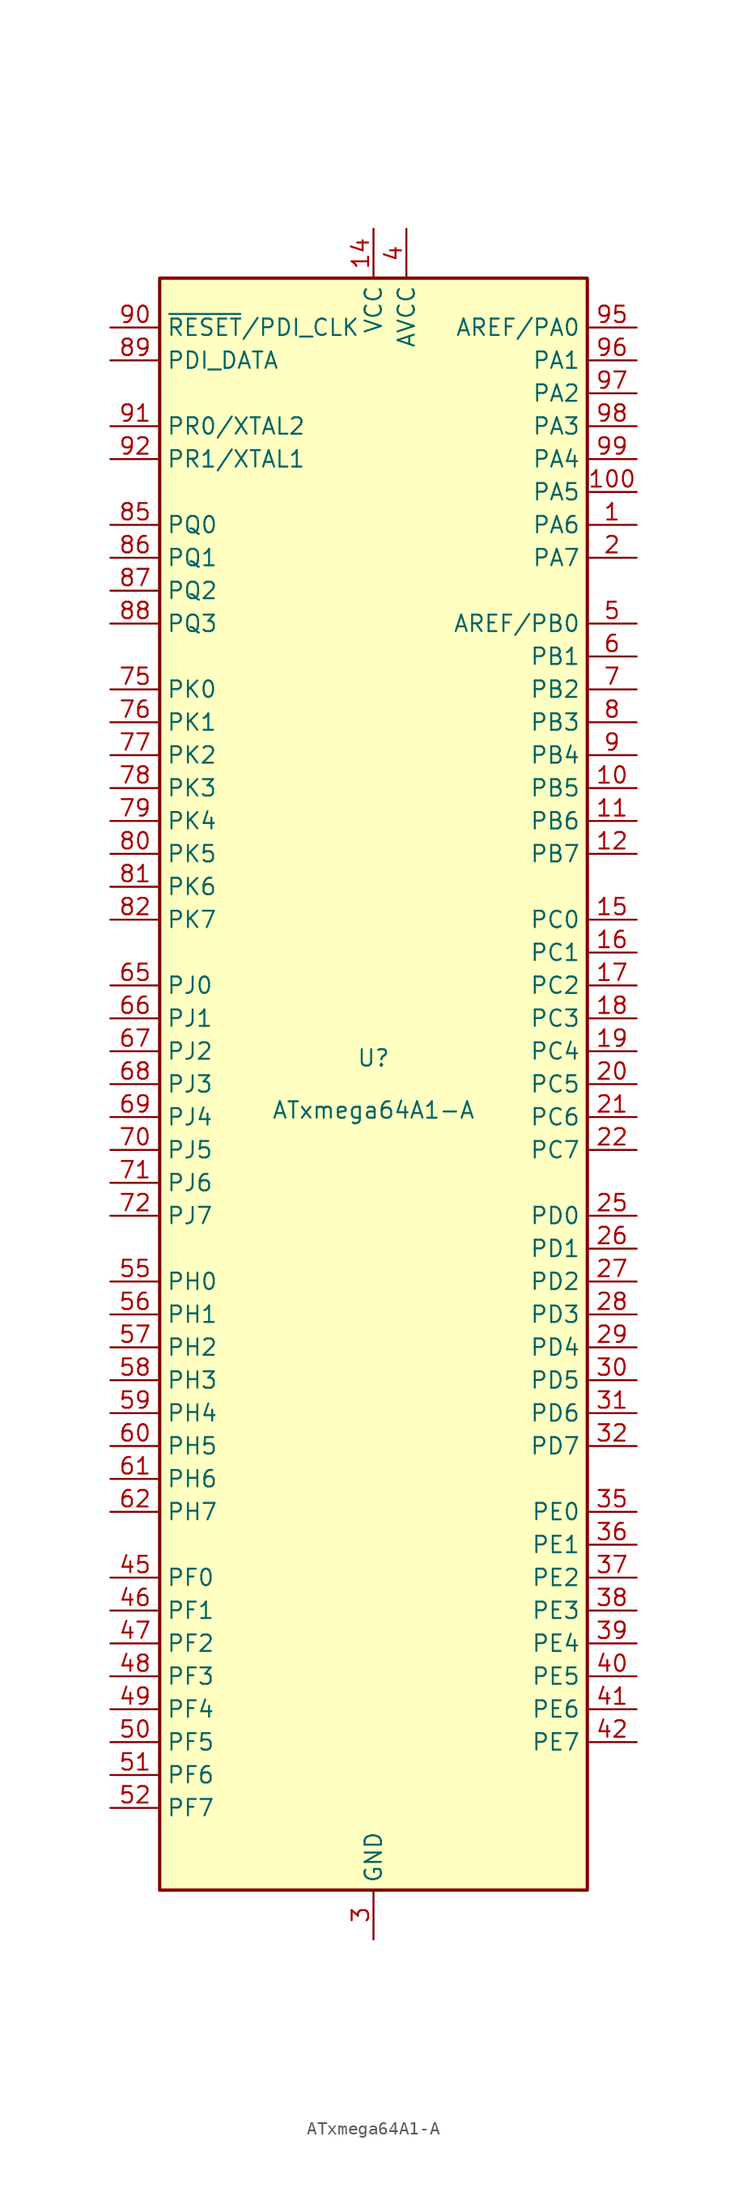
<source format=kicad_sym>
(kicad_symbol_lib
  (version 20201005)
  (generator kicad_symbol_editor)
  (symbol "ATxmega64A1-A"
    (property "Reference" "U"
      (at 0 1.27 0)
      (effects (font (size 1.27 1.27)) (justify bottom)))
    (property "Value" "ATxmega64A1-A"
      (at 0 -1.27 0)
      (effects (font (size 1.27 1.27)) (justify top)))
    (symbol "ATxmega64A1-A_0_1"
      (rectangle (start -16.51 -62.23) (end 16.51 62.23) (stroke (width 0.254)) (fill (type background))))
    (symbol "ATxmega64A1-A_1_1"
      (pin bidirectional line (at 20.32 43.18 180) (length 3.81) (name "PA6" (effects (font (size 1.27 1.27)))) (number "1" (effects (font (size 1.27 1.27)))))
      (pin bidirectional line (at 20.32 22.86 180) (length 3.81) (name "PB5" (effects (font (size 1.27 1.27)))) (number "10" (effects (font (size 1.27 1.27)))))
      (pin bidirectional line (at 20.32 45.72 180) (length 3.81) (name "PA5" (effects (font (size 1.27 1.27)))) (number "100" (effects (font (size 1.27 1.27)))))
      (pin bidirectional line (at 20.32 20.32 180) (length 3.81) (name "PB6" (effects (font (size 1.27 1.27)))) (number "11" (effects (font (size 1.27 1.27)))))
      (pin bidirectional line (at 20.32 17.78 180) (length 3.81) (name "PB7" (effects (font (size 1.27 1.27)))) (number "12" (effects (font (size 1.27 1.27)))))
      (pin passive line (at 0 -66.04 90) (length 3.81) hide (name "GND" (effects (font (size 1.27 1.27)))) (number "13" (effects (font (size 1.27 1.27)))))
      (pin power_in line (at 0 66.04 270) (length 3.81) (name "VCC" (effects (font (size 1.27 1.27)))) (number "14" (effects (font (size 1.27 1.27)))))
      (pin bidirectional line (at 20.32 12.7 180) (length 3.81) (name "PC0" (effects (font (size 1.27 1.27)))) (number "15" (effects (font (size 1.27 1.27)))))
      (pin bidirectional line (at 20.32 10.16 180) (length 3.81) (name "PC1" (effects (font (size 1.27 1.27)))) (number "16" (effects (font (size 1.27 1.27)))))
      (pin bidirectional line (at 20.32 7.62 180) (length 3.81) (name "PC2" (effects (font (size 1.27 1.27)))) (number "17" (effects (font (size 1.27 1.27)))))
      (pin bidirectional line (at 20.32 5.08 180) (length 3.81) (name "PC3" (effects (font (size 1.27 1.27)))) (number "18" (effects (font (size 1.27 1.27)))))
      (pin bidirectional line (at 20.32 2.54 180) (length 3.81) (name "PC4" (effects (font (size 1.27 1.27)))) (number "19" (effects (font (size 1.27 1.27)))))
      (pin bidirectional line (at 20.32 40.64 180) (length 3.81) (name "PA7" (effects (font (size 1.27 1.27)))) (number "2" (effects (font (size 1.27 1.27)))))
      (pin bidirectional line (at 20.32 0 180) (length 3.81) (name "PC5" (effects (font (size 1.27 1.27)))) (number "20" (effects (font (size 1.27 1.27)))))
      (pin bidirectional line (at 20.32 -2.54 180) (length 3.81) (name "PC6" (effects (font (size 1.27 1.27)))) (number "21" (effects (font (size 1.27 1.27)))))
      (pin bidirectional line (at 20.32 -5.08 180) (length 3.81) (name "PC7" (effects (font (size 1.27 1.27)))) (number "22" (effects (font (size 1.27 1.27)))))
      (pin passive line (at 0 -66.04 90) (length 3.81) hide (name "GND" (effects (font (size 1.27 1.27)))) (number "23" (effects (font (size 1.27 1.27)))))
      (pin passive line (at 0 66.04 270) (length 3.81) hide (name "VCC" (effects (font (size 1.27 1.27)))) (number "24" (effects (font (size 1.27 1.27)))))
      (pin bidirectional line (at 20.32 -10.16 180) (length 3.81) (name "PD0" (effects (font (size 1.27 1.27)))) (number "25" (effects (font (size 1.27 1.27)))))
      (pin bidirectional line (at 20.32 -12.7 180) (length 3.81) (name "PD1" (effects (font (size 1.27 1.27)))) (number "26" (effects (font (size 1.27 1.27)))))
      (pin bidirectional line (at 20.32 -15.24 180) (length 3.81) (name "PD2" (effects (font (size 1.27 1.27)))) (number "27" (effects (font (size 1.27 1.27)))))
      (pin bidirectional line (at 20.32 -17.78 180) (length 3.81) (name "PD3" (effects (font (size 1.27 1.27)))) (number "28" (effects (font (size 1.27 1.27)))))
      (pin bidirectional line (at 20.32 -20.32 180) (length 3.81) (name "PD4" (effects (font (size 1.27 1.27)))) (number "29" (effects (font (size 1.27 1.27)))))
      (pin power_in line (at 0 -66.04 90) (length 3.81) (name "GND" (effects (font (size 1.27 1.27)))) (number "3" (effects (font (size 1.27 1.27)))))
      (pin bidirectional line (at 20.32 -22.86 180) (length 3.81) (name "PD5" (effects (font (size 1.27 1.27)))) (number "30" (effects (font (size 1.27 1.27)))))
      (pin bidirectional line (at 20.32 -25.4 180) (length 3.81) (name "PD6" (effects (font (size 1.27 1.27)))) (number "31" (effects (font (size 1.27 1.27)))))
      (pin bidirectional line (at 20.32 -27.94 180) (length 3.81) (name "PD7" (effects (font (size 1.27 1.27)))) (number "32" (effects (font (size 1.27 1.27)))))
      (pin passive line (at 0 -66.04 90) (length 3.81) hide (name "GND" (effects (font (size 1.27 1.27)))) (number "33" (effects (font (size 1.27 1.27)))))
      (pin passive line (at 0 66.04 270) (length 3.81) hide (name "VCC" (effects (font (size 1.27 1.27)))) (number "34" (effects (font (size 1.27 1.27)))))
      (pin bidirectional line (at 20.32 -33.02 180) (length 3.81) (name "PE0" (effects (font (size 1.27 1.27)))) (number "35" (effects (font (size 1.27 1.27)))))
      (pin bidirectional line (at 20.32 -35.56 180) (length 3.81) (name "PE1" (effects (font (size 1.27 1.27)))) (number "36" (effects (font (size 1.27 1.27)))))
      (pin bidirectional line (at 20.32 -38.1 180) (length 3.81) (name "PE2" (effects (font (size 1.27 1.27)))) (number "37" (effects (font (size 1.27 1.27)))))
      (pin bidirectional line (at 20.32 -40.64 180) (length 3.81) (name "PE3" (effects (font (size 1.27 1.27)))) (number "38" (effects (font (size 1.27 1.27)))))
      (pin bidirectional line (at 20.32 -43.18 180) (length 3.81) (name "PE4" (effects (font (size 1.27 1.27)))) (number "39" (effects (font (size 1.27 1.27)))))
      (pin power_in line (at 2.54 66.04 270) (length 3.81) (name "AVCC" (effects (font (size 1.27 1.27)))) (number "4" (effects (font (size 1.27 1.27)))))
      (pin bidirectional line (at 20.32 -45.72 180) (length 3.81) (name "PE5" (effects (font (size 1.27 1.27)))) (number "40" (effects (font (size 1.27 1.27)))))
      (pin bidirectional line (at 20.32 -48.26 180) (length 3.81) (name "PE6" (effects (font (size 1.27 1.27)))) (number "41" (effects (font (size 1.27 1.27)))))
      (pin bidirectional line (at 20.32 -50.8 180) (length 3.81) (name "PE7" (effects (font (size 1.27 1.27)))) (number "42" (effects (font (size 1.27 1.27)))))
      (pin passive line (at 0 -66.04 90) (length 3.81) hide (name "GND" (effects (font (size 1.27 1.27)))) (number "43" (effects (font (size 1.27 1.27)))))
      (pin passive line (at 0 66.04 270) (length 3.81) hide (name "VCC" (effects (font (size 1.27 1.27)))) (number "44" (effects (font (size 1.27 1.27)))))
      (pin bidirectional line (at -20.32 -38.1 0) (length 3.81) (name "PF0" (effects (font (size 1.27 1.27)))) (number "45" (effects (font (size 1.27 1.27)))))
      (pin bidirectional line (at -20.32 -40.64 0) (length 3.81) (name "PF1" (effects (font (size 1.27 1.27)))) (number "46" (effects (font (size 1.27 1.27)))))
      (pin bidirectional line (at -20.32 -43.18 0) (length 3.81) (name "PF2" (effects (font (size 1.27 1.27)))) (number "47" (effects (font (size 1.27 1.27)))))
      (pin bidirectional line (at -20.32 -45.72 0) (length 3.81) (name "PF3" (effects (font (size 1.27 1.27)))) (number "48" (effects (font (size 1.27 1.27)))))
      (pin bidirectional line (at -20.32 -48.26 0) (length 3.81) (name "PF4" (effects (font (size 1.27 1.27)))) (number "49" (effects (font (size 1.27 1.27)))))
      (pin bidirectional line (at 20.32 35.56 180) (length 3.81) (name "AREF/PB0" (effects (font (size 1.27 1.27)))) (number "5" (effects (font (size 1.27 1.27)))))
      (pin bidirectional line (at -20.32 -50.8 0) (length 3.81) (name "PF5" (effects (font (size 1.27 1.27)))) (number "50" (effects (font (size 1.27 1.27)))))
      (pin bidirectional line (at -20.32 -53.34 0) (length 3.81) (name "PF6" (effects (font (size 1.27 1.27)))) (number "51" (effects (font (size 1.27 1.27)))))
      (pin bidirectional line (at -20.32 -55.88 0) (length 3.81) (name "PF7" (effects (font (size 1.27 1.27)))) (number "52" (effects (font (size 1.27 1.27)))))
      (pin passive line (at 0 -66.04 90) (length 3.81) hide (name "GND" (effects (font (size 1.27 1.27)))) (number "53" (effects (font (size 1.27 1.27)))))
      (pin passive line (at 0 66.04 270) (length 3.81) hide (name "VCC" (effects (font (size 1.27 1.27)))) (number "54" (effects (font (size 1.27 1.27)))))
      (pin bidirectional line (at -20.32 -15.24 0) (length 3.81) (name "PH0" (effects (font (size 1.27 1.27)))) (number "55" (effects (font (size 1.27 1.27)))))
      (pin bidirectional line (at -20.32 -17.78 0) (length 3.81) (name "PH1" (effects (font (size 1.27 1.27)))) (number "56" (effects (font (size 1.27 1.27)))))
      (pin bidirectional line (at -20.32 -20.32 0) (length 3.81) (name "PH2" (effects (font (size 1.27 1.27)))) (number "57" (effects (font (size 1.27 1.27)))))
      (pin bidirectional line (at -20.32 -22.86 0) (length 3.81) (name "PH3" (effects (font (size 1.27 1.27)))) (number "58" (effects (font (size 1.27 1.27)))))
      (pin bidirectional line (at -20.32 -25.4 0) (length 3.81) (name "PH4" (effects (font (size 1.27 1.27)))) (number "59" (effects (font (size 1.27 1.27)))))
      (pin bidirectional line (at 20.32 33.02 180) (length 3.81) (name "PB1" (effects (font (size 1.27 1.27)))) (number "6" (effects (font (size 1.27 1.27)))))
      (pin bidirectional line (at -20.32 -27.94 0) (length 3.81) (name "PH5" (effects (font (size 1.27 1.27)))) (number "60" (effects (font (size 1.27 1.27)))))
      (pin bidirectional line (at -20.32 -30.48 0) (length 3.81) (name "PH6" (effects (font (size 1.27 1.27)))) (number "61" (effects (font (size 1.27 1.27)))))
      (pin bidirectional line (at -20.32 -33.02 0) (length 3.81) (name "PH7" (effects (font (size 1.27 1.27)))) (number "62" (effects (font (size 1.27 1.27)))))
      (pin passive line (at 0 -66.04 90) (length 3.81) hide (name "GND" (effects (font (size 1.27 1.27)))) (number "63" (effects (font (size 1.27 1.27)))))
      (pin passive line (at 0 66.04 270) (length 3.81) hide (name "VCC" (effects (font (size 1.27 1.27)))) (number "64" (effects (font (size 1.27 1.27)))))
      (pin bidirectional line (at -20.32 7.62 0) (length 3.81) (name "PJ0" (effects (font (size 1.27 1.27)))) (number "65" (effects (font (size 1.27 1.27)))))
      (pin bidirectional line (at -20.32 5.08 0) (length 3.81) (name "PJ1" (effects (font (size 1.27 1.27)))) (number "66" (effects (font (size 1.27 1.27)))))
      (pin bidirectional line (at -20.32 2.54 0) (length 3.81) (name "PJ2" (effects (font (size 1.27 1.27)))) (number "67" (effects (font (size 1.27 1.27)))))
      (pin bidirectional line (at -20.32 0 0) (length 3.81) (name "PJ3" (effects (font (size 1.27 1.27)))) (number "68" (effects (font (size 1.27 1.27)))))
      (pin bidirectional line (at -20.32 -2.54 0) (length 3.81) (name "PJ4" (effects (font (size 1.27 1.27)))) (number "69" (effects (font (size 1.27 1.27)))))
      (pin bidirectional line (at 20.32 30.48 180) (length 3.81) (name "PB2" (effects (font (size 1.27 1.27)))) (number "7" (effects (font (size 1.27 1.27)))))
      (pin bidirectional line (at -20.32 -5.08 0) (length 3.81) (name "PJ5" (effects (font (size 1.27 1.27)))) (number "70" (effects (font (size 1.27 1.27)))))
      (pin bidirectional line (at -20.32 -7.62 0) (length 3.81) (name "PJ6" (effects (font (size 1.27 1.27)))) (number "71" (effects (font (size 1.27 1.27)))))
      (pin bidirectional line (at -20.32 -10.16 0) (length 3.81) (name "PJ7" (effects (font (size 1.27 1.27)))) (number "72" (effects (font (size 1.27 1.27)))))
      (pin passive line (at 0 -66.04 90) (length 3.81) hide (name "GND" (effects (font (size 1.27 1.27)))) (number "73" (effects (font (size 1.27 1.27)))))
      (pin passive line (at 0 66.04 270) (length 3.81) hide (name "VCC" (effects (font (size 1.27 1.27)))) (number "74" (effects (font (size 1.27 1.27)))))
      (pin bidirectional line (at -20.32 30.48 0) (length 3.81) (name "PK0" (effects (font (size 1.27 1.27)))) (number "75" (effects (font (size 1.27 1.27)))))
      (pin bidirectional line (at -20.32 27.94 0) (length 3.81) (name "PK1" (effects (font (size 1.27 1.27)))) (number "76" (effects (font (size 1.27 1.27)))))
      (pin bidirectional line (at -20.32 25.4 0) (length 3.81) (name "PK2" (effects (font (size 1.27 1.27)))) (number "77" (effects (font (size 1.27 1.27)))))
      (pin bidirectional line (at -20.32 22.86 0) (length 3.81) (name "PK3" (effects (font (size 1.27 1.27)))) (number "78" (effects (font (size 1.27 1.27)))))
      (pin bidirectional line (at -20.32 20.32 0) (length 3.81) (name "PK4" (effects (font (size 1.27 1.27)))) (number "79" (effects (font (size 1.27 1.27)))))
      (pin bidirectional line (at 20.32 27.94 180) (length 3.81) (name "PB3" (effects (font (size 1.27 1.27)))) (number "8" (effects (font (size 1.27 1.27)))))
      (pin bidirectional line (at -20.32 17.78 0) (length 3.81) (name "PK5" (effects (font (size 1.27 1.27)))) (number "80" (effects (font (size 1.27 1.27)))))
      (pin bidirectional line (at -20.32 15.24 0) (length 3.81) (name "PK6" (effects (font (size 1.27 1.27)))) (number "81" (effects (font (size 1.27 1.27)))))
      (pin bidirectional line (at -20.32 12.7 0) (length 3.81) (name "PK7" (effects (font (size 1.27 1.27)))) (number "82" (effects (font (size 1.27 1.27)))))
      (pin passive line (at 0 66.04 270) (length 3.81) hide (name "VCC" (effects (font (size 1.27 1.27)))) (number "83" (effects (font (size 1.27 1.27)))))
      (pin passive line (at 0 -66.04 90) (length 3.81) hide (name "GND" (effects (font (size 1.27 1.27)))) (number "84" (effects (font (size 1.27 1.27)))))
      (pin bidirectional line (at -20.32 43.18 0) (length 3.81) (name "PQ0" (effects (font (size 1.27 1.27)))) (number "85" (effects (font (size 1.27 1.27)))))
      (pin bidirectional line (at -20.32 40.64 0) (length 3.81) (name "PQ1" (effects (font (size 1.27 1.27)))) (number "86" (effects (font (size 1.27 1.27)))))
      (pin bidirectional line (at -20.32 38.1 0) (length 3.81) (name "PQ2" (effects (font (size 1.27 1.27)))) (number "87" (effects (font (size 1.27 1.27)))))
      (pin bidirectional line (at -20.32 35.56 0) (length 3.81) (name "PQ3" (effects (font (size 1.27 1.27)))) (number "88" (effects (font (size 1.27 1.27)))))
      (pin bidirectional line (at -20.32 55.88 0) (length 3.81) (name "PDI_DATA" (effects (font (size 1.27 1.27)))) (number "89" (effects (font (size 1.27 1.27)))))
      (pin bidirectional line (at 20.32 25.4 180) (length 3.81) (name "PB4" (effects (font (size 1.27 1.27)))) (number "9" (effects (font (size 1.27 1.27)))))
      (pin input line (at -20.32 58.42 0) (length 3.81) (name "~RESET~/PDI_CLK" (effects (font (size 1.27 1.27)))) (number "90" (effects (font (size 1.27 1.27)))))
      (pin bidirectional line (at -20.32 50.8 0) (length 3.81) (name "PR0/XTAL2" (effects (font (size 1.27 1.27)))) (number "91" (effects (font (size 1.27 1.27)))))
      (pin bidirectional line (at -20.32 48.26 0) (length 3.81) (name "PR1/XTAL1" (effects (font (size 1.27 1.27)))) (number "92" (effects (font (size 1.27 1.27)))))
      (pin passive line (at 0 -66.04 90) (length 3.81) hide (name "GND" (effects (font (size 1.27 1.27)))) (number "93" (effects (font (size 1.27 1.27)))))
      (pin passive line (at 2.54 66.04 270) (length 3.81) hide (name "AVCC" (effects (font (size 1.27 1.27)))) (number "94" (effects (font (size 1.27 1.27)))))
      (pin bidirectional line (at 20.32 58.42 180) (length 3.81) (name "AREF/PA0" (effects (font (size 1.27 1.27)))) (number "95" (effects (font (size 1.27 1.27)))))
      (pin bidirectional line (at 20.32 55.88 180) (length 3.81) (name "PA1" (effects (font (size 1.27 1.27)))) (number "96" (effects (font (size 1.27 1.27)))))
      (pin bidirectional line (at 20.32 53.34 180) (length 3.81) (name "PA2" (effects (font (size 1.27 1.27)))) (number "97" (effects (font (size 1.27 1.27)))))
      (pin bidirectional line (at 20.32 50.8 180) (length 3.81) (name "PA3" (effects (font (size 1.27 1.27)))) (number "98" (effects (font (size 1.27 1.27)))))
      (pin bidirectional line (at 20.32 48.26 180) (length 3.81) (name "PA4" (effects (font (size 1.27 1.27)))) (number "99" (effects (font (size 1.27 1.27))))))))
</source>
